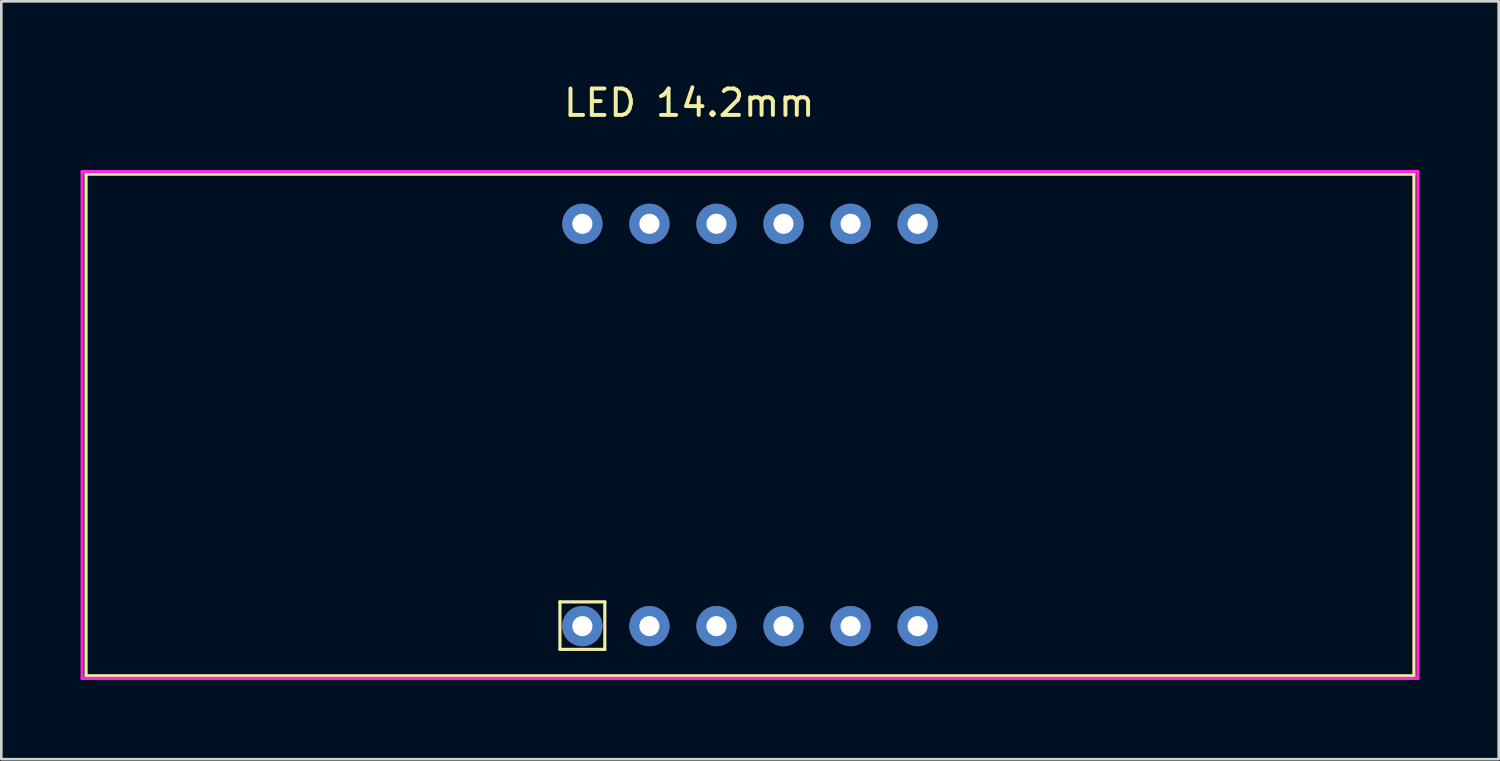
<source format=kicad_pcb>
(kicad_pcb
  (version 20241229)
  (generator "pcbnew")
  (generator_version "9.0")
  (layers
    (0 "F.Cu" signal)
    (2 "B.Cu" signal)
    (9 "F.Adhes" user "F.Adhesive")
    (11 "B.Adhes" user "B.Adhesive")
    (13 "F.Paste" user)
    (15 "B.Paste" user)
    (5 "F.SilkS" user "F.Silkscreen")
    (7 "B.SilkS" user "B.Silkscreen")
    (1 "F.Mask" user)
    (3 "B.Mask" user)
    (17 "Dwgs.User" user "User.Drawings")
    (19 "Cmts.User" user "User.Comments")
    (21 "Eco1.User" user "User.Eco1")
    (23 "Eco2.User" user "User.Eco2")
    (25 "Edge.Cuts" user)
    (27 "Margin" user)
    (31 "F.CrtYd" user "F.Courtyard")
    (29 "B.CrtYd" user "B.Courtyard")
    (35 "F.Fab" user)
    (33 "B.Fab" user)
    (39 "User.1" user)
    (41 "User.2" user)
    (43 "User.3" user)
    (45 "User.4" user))
  (footprint "LED 14.2mm"
    (layer "F.Cu")
    (at 25.36 13.048)
    (property "Reference" "LED 14.2mm" (at -2.3 -12.2 0) (unlocked yes) (layer "F.SilkS") (effects (font (size 1 1) (thickness 0.15))))
    (attr smd)
    (fp_line (start -25.15 -9.5) (end 25.15 -9.5) (stroke (width 0.12) (type solid)) (layer "F.SilkS"))
    (fp_line (start -25.15 9.5) (end -25.15 -9.5) (stroke (width 0.12) (type solid)) (layer "F.SilkS"))
    (fp_line (start -7.2 6.7) (end -7.2 8.5) (stroke (width 0.12) (type solid)) (layer "F.SilkS"))
    (fp_line (start -7.2 8.5) (end -5.5 8.5) (stroke (width 0.12) (type solid)) (layer "F.SilkS"))
    (fp_line (start -5.5 6.7) (end -7.2 6.7) (stroke (width 0.12) (type solid)) (layer "F.SilkS"))
    (fp_line (start -5.5 8.5) (end -5.5 6.7) (stroke (width 0.12) (type solid)) (layer "F.SilkS"))
    (fp_line (start 25.15 -9.5) (end 25.15 9.5) (stroke (width 0.12) (type solid)) (layer "F.SilkS"))
    (fp_line (start 25.15 9.5) (end -25.15 9.5) (stroke (width 0.12) (type solid)) (layer "F.SilkS"))
    (fp_line (start -25.3 -9.6) (end 25.3 -9.6) (stroke (width 0.12) (type solid)) (layer "F.CrtYd"))
    (fp_line (start -25.3 9.6) (end -25.3 -9.6) (stroke (width 0.12) (type solid)) (layer "F.CrtYd"))
    (fp_line (start 25.3 -9.6) (end 25.3 9.6) (stroke (width 0.12) (type solid)) (layer "F.CrtYd"))
    (fp_line (start 25.3 9.6) (end -25.3 9.6) (stroke (width 0.12) (type solid)) (layer "F.CrtYd"))
    (pad "1" thru_hole circle (at -6.35 7.62) (size 1.524 1.524) (drill 0.762) (layers "*.Cu" "*.Mask"))
    (pad "2" thru_hole circle (at -3.81 7.62) (size 1.524 1.524) (drill 0.762) (layers "*.Cu" "*.Mask"))
    (pad "3" thru_hole circle (at -1.27 7.62) (size 1.524 1.524) (drill 0.762) (layers "*.Cu" "*.Mask"))
    (pad "4" thru_hole circle (at 1.27 7.62) (size 1.524 1.524) (drill 0.762) (layers "*.Cu" "*.Mask"))
    (pad "5" thru_hole circle (at 3.81 7.62) (size 1.524 1.524) (drill 0.762) (layers "*.Cu" "*.Mask"))
    (pad "6" thru_hole circle (at 6.35 7.62) (size 1.524 1.524) (drill 0.762) (layers "*.Cu" "*.Mask"))
    (pad "7" thru_hole circle (at 6.35 -7.62) (size 1.524 1.524) (drill 0.762) (layers "*.Cu" "*.Mask"))
    (pad "8" thru_hole circle (at 3.81 -7.62) (size 1.524 1.524) (drill 0.762) (layers "*.Cu" "*.Mask"))
    (pad "9" thru_hole circle (at 1.27 -7.62) (size 1.524 1.524) (drill 0.762) (layers "*.Cu" "*.Mask"))
    (pad "10" thru_hole circle (at -1.27 -7.62) (size 1.524 1.524) (drill 0.762) (layers "*.Cu" "*.Mask"))
    (pad "11" thru_hole circle (at -3.81 -7.62) (size 1.524 1.524) (drill 0.762) (layers "*.Cu" "*.Mask"))
    (pad "12" thru_hole circle (at -6.35 -7.62) (size 1.524 1.524) (drill 0.762) (layers "*.Cu" "*.Mask")))
  (gr_rect
    (start -3 -3)
    (end 53.72 25.708)
    (stroke (width 0.1) (type default))
    (fill no)
    (layer "Edge.Cuts")))
</source>
